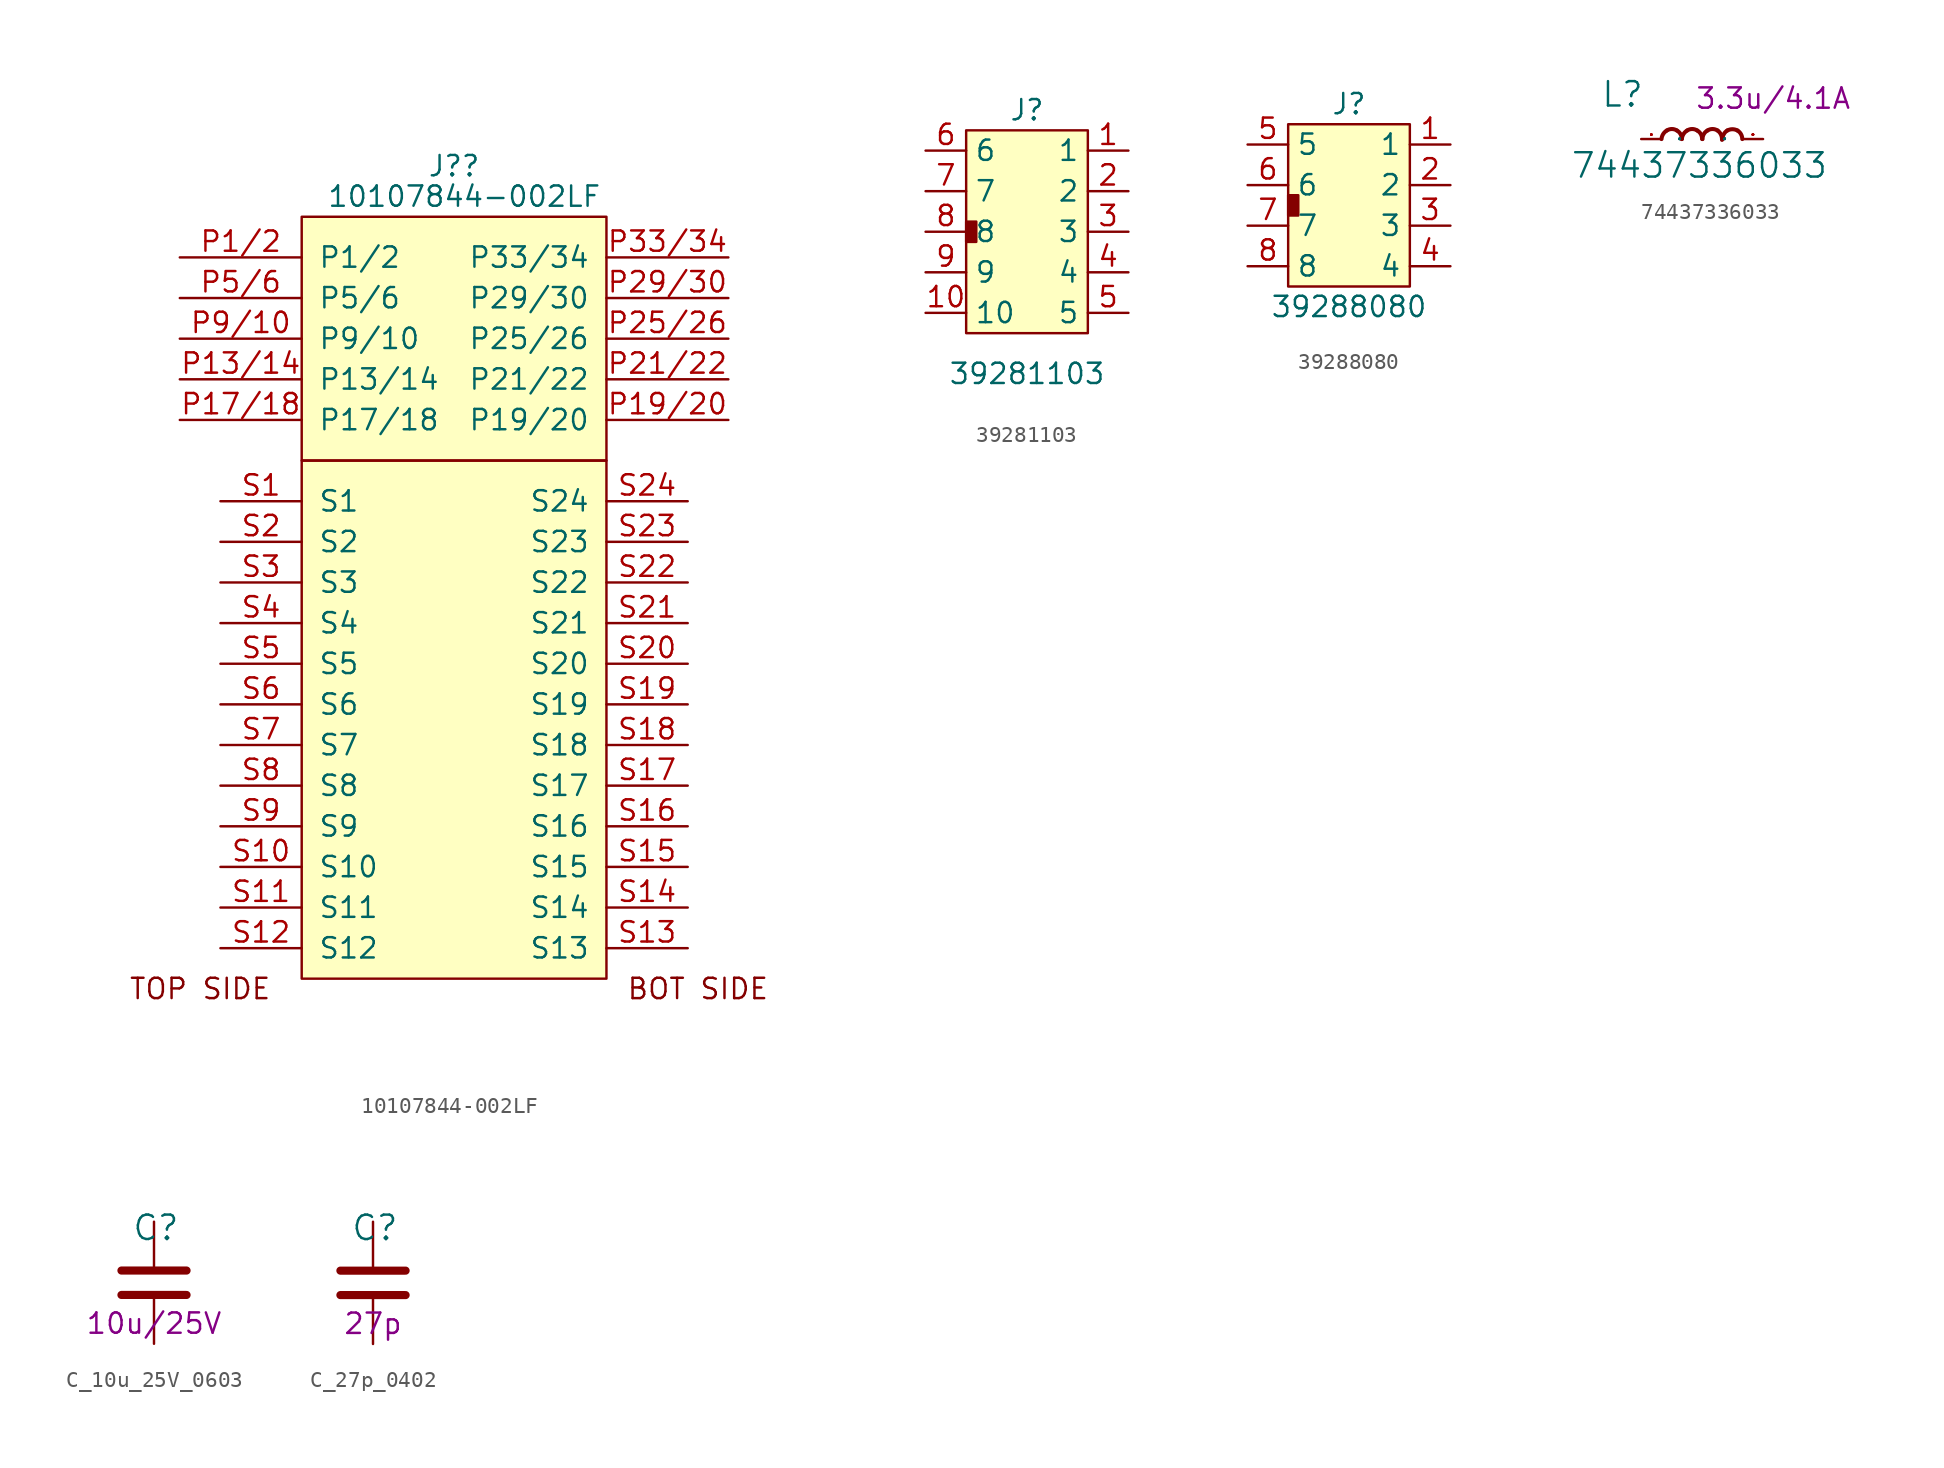
<source format=kicad_sym>
(kicad_symbol_lib
  (version 20211014)
  (generator kicad_symbol_editor)
  (symbol "10107844-002LF"
    (pin_names
      (offset 1.016))
    (property "Reference" "J?"
      (at 0 0 0)
      (effects (font (size 1.27 1.27))))
    (property "Value" "10107844-002LF"
      (at 0.635 -1.905 0)
      (effects (font (size 1.27 1.27))))
    (symbol "10107844-002LF_0_0"
      (text "BOT SIDE" (at 15.24 -51.435 0) (effects (font (size 1.27 1.27))))
      (text "TOP SIDE" (at -15.875 -51.435 0) (effects (font (size 1.27 1.27)))))
    (symbol "10107844-002LF_0_1"
      (rectangle (start -9.525 -18.415) (end 9.525 -50.8) (stroke (width 0) (type default) (color 0 0 0 0)) (fill (type background)))
      (rectangle (start -9.525 -3.175) (end 9.525 -18.415) (stroke (width 0) (type default) (color 0 0 0 0)) (fill (type background))))
    (symbol "10107844-002LF_1_1"
      (pin power_in line (at -17.145 -5.715 0) (length 7.62) (name "P1/2" (effects (font (size 1.27 1.27)))) (number "P1/2" (effects (font (size 1.27 1.27)))))
      (pin power_in line (at -17.145 -10.795 0) (length 7.62) hide (name "P11/12" (effects (font (size 1.27 1.27)))) (number "P11/12" (effects (font (size 1.27 1.27)))))
      (pin power_in line (at -17.145 -13.335 0) (length 7.62) (name "P13/14" (effects (font (size 1.27 1.27)))) (number "P13/14" (effects (font (size 1.27 1.27)))))
      (pin power_in line (at -17.145 -13.335 0) (length 7.62) hide (name "P15/16" (effects (font (size 1.27 1.27)))) (number "P15/16" (effects (font (size 1.27 1.27)))))
      (pin power_in line (at -17.145 -15.875 0) (length 7.62) (name "P17/18" (effects (font (size 1.27 1.27)))) (number "P17/18" (effects (font (size 1.27 1.27)))))
      (pin power_in line (at 17.145 -15.875 180) (length 7.62) (name "P19/20" (effects (font (size 1.27 1.27)))) (number "P19/20" (effects (font (size 1.27 1.27)))))
      (pin power_in line (at 17.145 -13.335 180) (length 7.62) (name "P21/22" (effects (font (size 1.27 1.27)))) (number "P21/22" (effects (font (size 1.27 1.27)))))
      (pin power_in line (at 17.145 -13.335 180) (length 7.62) hide (name "P23/24" (effects (font (size 1.27 1.27)))) (number "P23/24" (effects (font (size 1.27 1.27)))))
      (pin power_in line (at 17.145 -10.795 180) (length 7.62) (name "P25/26" (effects (font (size 1.27 1.27)))) (number "P25/26" (effects (font (size 1.27 1.27)))))
      (pin power_in line (at 17.145 -10.795 180) (length 7.62) hide (name "P27/28" (effects (font (size 1.27 1.27)))) (number "P27/28" (effects (font (size 1.27 1.27)))))
      (pin power_in line (at 17.145 -8.255 180) (length 7.62) (name "P29/30" (effects (font (size 1.27 1.27)))) (number "P29/30" (effects (font (size 1.27 1.27)))))
      (pin power_in line (at -17.145 -5.715 0) (length 7.62) hide (name "P3/4" (effects (font (size 1.27 1.27)))) (number "P3/4" (effects (font (size 1.27 1.27)))))
      (pin power_in line (at 17.145 -8.255 180) (length 7.62) hide (name "P31/32" (effects (font (size 1.27 1.27)))) (number "P31/32" (effects (font (size 1.27 1.27)))))
      (pin power_in line (at 17.145 -5.715 180) (length 7.62) (name "P33/34" (effects (font (size 1.27 1.27)))) (number "P33/34" (effects (font (size 1.27 1.27)))))
      (pin power_in line (at 17.145 -5.715 180) (length 7.62) hide (name "P35/36" (effects (font (size 1.27 1.27)))) (number "P35/36" (effects (font (size 1.27 1.27)))))
      (pin power_in line (at -17.145 -8.255 0) (length 7.62) (name "P5/6" (effects (font (size 1.27 1.27)))) (number "P5/6" (effects (font (size 1.27 1.27)))))
      (pin power_in line (at -17.145 -8.255 0) (length 7.62) hide (name "P7/8" (effects (font (size 1.27 1.27)))) (number "P7/8" (effects (font (size 1.27 1.27)))))
      (pin power_in line (at -17.145 -10.795 0) (length 7.62) (name "P9/10" (effects (font (size 1.27 1.27)))) (number "P9/10" (effects (font (size 1.27 1.27)))))
      (pin power_in line (at -14.605 -20.955 0) (length 5.08) (name "S1" (effects (font (size 1.27 1.27)))) (number "S1" (effects (font (size 1.27 1.27)))))
      (pin power_in line (at -14.605 -43.815 0) (length 5.08) (name "S10" (effects (font (size 1.27 1.27)))) (number "S10" (effects (font (size 1.27 1.27)))))
      (pin power_in line (at -14.605 -46.355 0) (length 5.08) (name "S11" (effects (font (size 1.27 1.27)))) (number "S11" (effects (font (size 1.27 1.27)))))
      (pin power_in line (at -14.605 -48.895 0) (length 5.08) (name "S12" (effects (font (size 1.27 1.27)))) (number "S12" (effects (font (size 1.27 1.27)))))
      (pin power_in line (at 14.605 -48.895 180) (length 5.08) (name "S13" (effects (font (size 1.27 1.27)))) (number "S13" (effects (font (size 1.27 1.27)))))
      (pin power_in line (at 14.605 -46.355 180) (length 5.08) (name "S14" (effects (font (size 1.27 1.27)))) (number "S14" (effects (font (size 1.27 1.27)))))
      (pin power_in line (at 14.605 -43.815 180) (length 5.08) (name "S15" (effects (font (size 1.27 1.27)))) (number "S15" (effects (font (size 1.27 1.27)))))
      (pin power_in line (at 14.605 -41.275 180) (length 5.08) (name "S16" (effects (font (size 1.27 1.27)))) (number "S16" (effects (font (size 1.27 1.27)))))
      (pin power_in line (at 14.605 -38.735 180) (length 5.08) (name "S17" (effects (font (size 1.27 1.27)))) (number "S17" (effects (font (size 1.27 1.27)))))
      (pin power_in line (at 14.605 -36.195 180) (length 5.08) (name "S18" (effects (font (size 1.27 1.27)))) (number "S18" (effects (font (size 1.27 1.27)))))
      (pin power_in line (at 14.605 -33.655 180) (length 5.08) (name "S19" (effects (font (size 1.27 1.27)))) (number "S19" (effects (font (size 1.27 1.27)))))
      (pin power_in line (at -14.605 -23.495 0) (length 5.08) (name "S2" (effects (font (size 1.27 1.27)))) (number "S2" (effects (font (size 1.27 1.27)))))
      (pin power_in line (at 14.605 -31.115 180) (length 5.08) (name "S20" (effects (font (size 1.27 1.27)))) (number "S20" (effects (font (size 1.27 1.27)))))
      (pin power_in line (at 14.605 -28.575 180) (length 5.08) (name "S21" (effects (font (size 1.27 1.27)))) (number "S21" (effects (font (size 1.27 1.27)))))
      (pin power_in line (at 14.605 -26.035 180) (length 5.08) (name "S22" (effects (font (size 1.27 1.27)))) (number "S22" (effects (font (size 1.27 1.27)))))
      (pin power_in line (at 14.605 -23.495 180) (length 5.08) (name "S23" (effects (font (size 1.27 1.27)))) (number "S23" (effects (font (size 1.27 1.27)))))
      (pin power_in line (at 14.605 -20.955 180) (length 5.08) (name "S24" (effects (font (size 1.27 1.27)))) (number "S24" (effects (font (size 1.27 1.27)))))
      (pin power_in line (at -14.605 -26.035 0) (length 5.08) (name "S3" (effects (font (size 1.27 1.27)))) (number "S3" (effects (font (size 1.27 1.27)))))
      (pin power_in line (at -14.605 -28.575 0) (length 5.08) (name "S4" (effects (font (size 1.27 1.27)))) (number "S4" (effects (font (size 1.27 1.27)))))
      (pin power_in line (at -14.605 -31.115 0) (length 5.08) (name "S5" (effects (font (size 1.27 1.27)))) (number "S5" (effects (font (size 1.27 1.27)))))
      (pin power_in line (at -14.605 -33.655 0) (length 5.08) (name "S6" (effects (font (size 1.27 1.27)))) (number "S6" (effects (font (size 1.27 1.27)))))
      (pin power_in line (at -14.605 -36.195 0) (length 5.08) (name "S7" (effects (font (size 1.27 1.27)))) (number "S7" (effects (font (size 1.27 1.27)))))
      (pin power_in line (at -14.605 -38.735 0) (length 5.08) (name "S8" (effects (font (size 1.27 1.27)))) (number "S8" (effects (font (size 1.27 1.27)))))
      (pin power_in line (at -14.605 -41.275 0) (length 5.08) (name "S9" (effects (font (size 1.27 1.27)))) (number "S9" (effects (font (size 1.27 1.27)))))))
  (symbol "39281103"
    (property "Reference" "J"
      (at 0 6.35 0)
      (effects (font (size 1.27 1.27))))
    (property "Value" "39281103"
      (at 0 -10.16 0)
      (effects (font (size 1.27 1.27))))
    (symbol "39281103_0_1"
      (rectangle (start -3.81 -0.635) (end -3.175 -1.905) (stroke (width 0) (type default) (color 0 0 0 0)) (fill (type outline)))
      (rectangle (start -3.81 5.08) (end 3.81 -7.62) (stroke (width 0) (type default) (color 0 0 0 0)) (fill (type background))))
    (symbol "39281103_1_1"
      (pin bidirectional line (at 6.35 3.81 180) (length 2.54) (name "1" (effects (font (size 1.27 1.27)))) (number "1" (effects (font (size 1.27 1.27)))))
      (pin bidirectional line (at -6.35 -6.35 0) (length 2.54) (name "10" (effects (font (size 1.27 1.27)))) (number "10" (effects (font (size 1.27 1.27)))))
      (pin bidirectional line (at 6.35 1.27 180) (length 2.54) (name "2" (effects (font (size 1.27 1.27)))) (number "2" (effects (font (size 1.27 1.27)))))
      (pin bidirectional line (at 6.35 -1.27 180) (length 2.54) (name "3" (effects (font (size 1.27 1.27)))) (number "3" (effects (font (size 1.27 1.27)))))
      (pin bidirectional line (at 6.35 -3.81 180) (length 2.54) (name "4" (effects (font (size 1.27 1.27)))) (number "4" (effects (font (size 1.27 1.27)))))
      (pin bidirectional line (at 6.35 -6.35 180) (length 2.54) (name "5" (effects (font (size 1.27 1.27)))) (number "5" (effects (font (size 1.27 1.27)))))
      (pin bidirectional line (at -6.35 3.81 0) (length 2.54) (name "6" (effects (font (size 1.27 1.27)))) (number "6" (effects (font (size 1.27 1.27)))))
      (pin bidirectional line (at -6.35 1.27 0) (length 2.54) (name "7" (effects (font (size 1.27 1.27)))) (number "7" (effects (font (size 1.27 1.27)))))
      (pin bidirectional line (at -6.35 -1.27 0) (length 2.54) (name "8" (effects (font (size 1.27 1.27)))) (number "8" (effects (font (size 1.27 1.27)))))
      (pin bidirectional line (at -6.35 -3.81 0) (length 2.54) (name "9" (effects (font (size 1.27 1.27)))) (number "9" (effects (font (size 1.27 1.27)))))))
  (symbol "39288080"
    (property "Reference" "J"
      (at 0 6.35 0)
      (effects (font (size 1.27 1.27))))
    (property "Value" "39288080"
      (at 0 -6.35 0)
      (effects (font (size 1.27 1.27))))
    (symbol "39288080_0_1"
      (rectangle (start -3.81 0.635) (end -3.175 -0.635) (stroke (width 0) (type default) (color 0 0 0 0)) (fill (type outline)))
      (rectangle (start -3.81 5.08) (end 3.81 -5.08) (stroke (width 0) (type default) (color 0 0 0 0)) (fill (type background))))
    (symbol "39288080_1_1"
      (pin bidirectional line (at 6.35 3.81 180) (length 2.54) (name "1" (effects (font (size 1.27 1.27)))) (number "1" (effects (font (size 1.27 1.27)))))
      (pin bidirectional line (at 6.35 1.27 180) (length 2.54) (name "2" (effects (font (size 1.27 1.27)))) (number "2" (effects (font (size 1.27 1.27)))))
      (pin bidirectional line (at 6.35 -1.27 180) (length 2.54) (name "3" (effects (font (size 1.27 1.27)))) (number "3" (effects (font (size 1.27 1.27)))))
      (pin bidirectional line (at 6.35 -3.81 180) (length 2.54) (name "4" (effects (font (size 1.27 1.27)))) (number "4" (effects (font (size 1.27 1.27)))))
      (pin bidirectional line (at -6.35 3.81 0) (length 2.54) (name "5" (effects (font (size 1.27 1.27)))) (number "5" (effects (font (size 1.27 1.27)))))
      (pin bidirectional line (at -6.35 1.27 0) (length 2.54) (name "6" (effects (font (size 1.27 1.27)))) (number "6" (effects (font (size 1.27 1.27)))))
      (pin bidirectional line (at -6.35 -1.27 0) (length 2.54) (name "7" (effects (font (size 1.27 1.27)))) (number "7" (effects (font (size 1.27 1.27)))))
      (pin bidirectional line (at -6.35 -3.81 0) (length 2.54) (name "8" (effects (font (size 1.27 1.27)))) (number "8" (effects (font (size 1.27 1.27)))))))
  (symbol "74437336033"
    (pin_names
      (offset 1.016))
    (property "Reference" "L"
      (at -6.35 1.905 0)
      (effects (font (size 1.524 1.524)) (justify left bottom)))
    (property "Value" "74437336033"
      (at -8.255 -2.54 0)
      (effects (font (size 1.524 1.524)) (justify left bottom)))
    (property "Val" "3.3u/4.1A"
      (at 4.445 2.54 0)
      (effects (font (size 1.27 1.27))))
    (symbol "74437336033_0_1"
      (pin passive line (at -3.81 0 0) (length 1.27) (name "P" (effects (font (size 0.025 0.025)))) (number "1" (effects (font (size 0.025 0.025)))))
      (pin passive line (at 3.81 0 180) (length 1.27) (name "P" (effects (font (size 0.025 0.025)))) (number "2" (effects (font (size 0.025 0.025))))))
    (symbol "74437336033_1_1"
      (arc (start -2.2098 0.5334) (mid -2.4364 0.3084) (end -2.54 0) (stroke (width 0.254) (type default) (color 0 0 0 0)) (fill (type none)))
      (arc (start -1.5748 0.5334) (mid -1.894 0.6272) (end -2.2098 0.5334) (stroke (width 0.254) (type default) (color 0 0 0 0)) (fill (type none)))
      (arc (start -1.27 0) (mid -1.3503 0.309) (end -1.5748 0.5334) (stroke (width 0.254) (type default) (color 0 0 0 0)) (fill (type none)))
      (arc (start -0.9398 0.5334) (mid -1.1664 0.3084) (end -1.27 0) (stroke (width 0.254) (type default) (color 0 0 0 0)) (fill (type none)))
      (arc (start -0.3048 0.5334) (mid -0.624 0.6272) (end -0.9398 0.5334) (stroke (width 0.254) (type default) (color 0 0 0 0)) (fill (type none)))
      (arc (start 0 0) (mid -0.0803 0.309) (end -0.3048 0.5334) (stroke (width 0.254) (type default) (color 0 0 0 0)) (fill (type none)))
      (arc (start 0.3302 0.5334) (mid 0.1036 0.3084) (end 0.0254 0) (stroke (width 0.254) (type default) (color 0 0 0 0)) (fill (type none)))
      (arc (start 0.9652 0.5334) (mid 0.646 0.6272) (end 0.3302 0.5334) (stroke (width 0.254) (type default) (color 0 0 0 0)) (fill (type none)))
      (arc (start 1.2446 -0.0508) (mid 1.1813 0.2752) (end 0.9652 0.5334) (stroke (width 0.254) (type default) (color 0 0 0 0)) (fill (type none)))
      (arc (start 1.5748 0.5334) (mid 1.357 0.3053) (end 1.27 0) (stroke (width 0.254) (type default) (color 0 0 0 0)) (fill (type none)))
      (arc (start 2.2098 0.5334) (mid 1.8942 0.6142) (end 1.5748 0.5334) (stroke (width 0.254) (type default) (color 0 0 0 0)) (fill (type none)))
      (arc (start 2.5146 0) (mid 2.4322 0.306) (end 2.2098 0.5334) (stroke (width 0.254) (type default) (color 0 0 0 0)) (fill (type none)))))
  (symbol "C_10u_25V_0603"
    (pin_names
      (offset 0))
    (property "Reference" "C"
      (at -1.397 3.429 0)
      (effects (font (size 1.524 1.524)) (justify left)))
    (property "Val" "10u/25V"
      (at 0 -2.54 0)
      (effects (font (size 1.27 1.27))))
    (symbol "C_10u_25V_0603_1_1"
      (polyline (pts (xy -2.032 -0.762) (xy 2.032 -0.762)) (stroke (width 0.508) (type default) (color 0 0 0 0)) (fill (type none)))
      (polyline (pts (xy -2.032 0.762) (xy 2.032 0.762)) (stroke (width 0.508) (type default) (color 0 0 0 0)) (fill (type none)))
      (pin passive line (at 0 3.81 270) (length 2.794) (name "~" (effects (font (size 0 0)))) (number "1" (effects (font (size 0 0)))))
      (pin passive line (at 0 -3.81 90) (length 2.794) (name "~" (effects (font (size 0 0)))) (number "2" (effects (font (size 0 0)))))))
  (symbol "C_27p_0402"
    (pin_names
      (offset 0))
    (property "Reference" "C"
      (at -1.397 3.429 0)
      (effects (font (size 1.524 1.524)) (justify left)))
    (property "Val" "27p"
      (at 0 -2.54 0)
      (effects (font (size 1.27 1.27))))
    (symbol "C_27p_0402_1_1"
      (polyline (pts (xy -2.032 -0.762) (xy 2.032 -0.762)) (stroke (width 0.508) (type default) (color 0 0 0 0)) (fill (type none)))
      (polyline (pts (xy -2.032 0.762) (xy 2.032 0.762)) (stroke (width 0.508) (type default) (color 0 0 0 0)) (fill (type none)))
      (pin passive line (at 0 3.81 270) (length 2.794) (name "~" (effects (font (size 0 0)))) (number "1" (effects (font (size 0 0)))))
      (pin passive line (at 0 -3.81 90) (length 2.794) (name "~" (effects (font (size 0 0)))) (number "2" (effects (font (size 0 0))))))))
</source>
